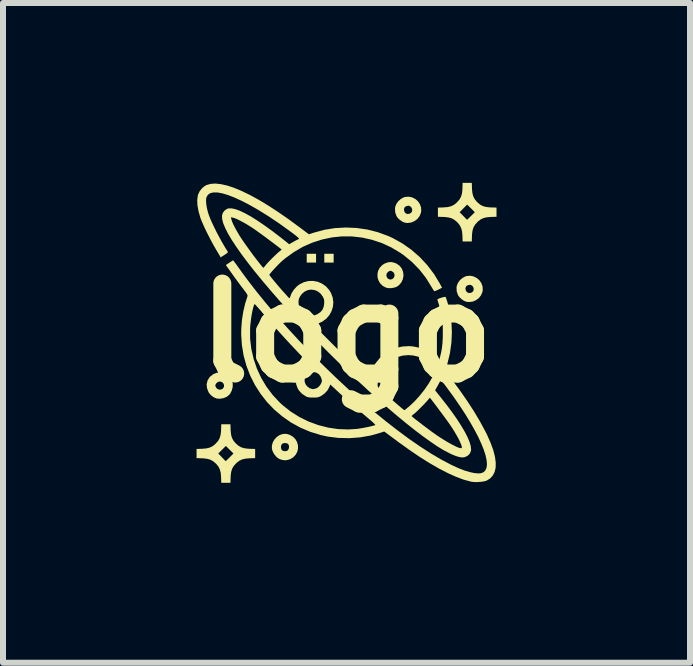
<source format=kicad_pcb>
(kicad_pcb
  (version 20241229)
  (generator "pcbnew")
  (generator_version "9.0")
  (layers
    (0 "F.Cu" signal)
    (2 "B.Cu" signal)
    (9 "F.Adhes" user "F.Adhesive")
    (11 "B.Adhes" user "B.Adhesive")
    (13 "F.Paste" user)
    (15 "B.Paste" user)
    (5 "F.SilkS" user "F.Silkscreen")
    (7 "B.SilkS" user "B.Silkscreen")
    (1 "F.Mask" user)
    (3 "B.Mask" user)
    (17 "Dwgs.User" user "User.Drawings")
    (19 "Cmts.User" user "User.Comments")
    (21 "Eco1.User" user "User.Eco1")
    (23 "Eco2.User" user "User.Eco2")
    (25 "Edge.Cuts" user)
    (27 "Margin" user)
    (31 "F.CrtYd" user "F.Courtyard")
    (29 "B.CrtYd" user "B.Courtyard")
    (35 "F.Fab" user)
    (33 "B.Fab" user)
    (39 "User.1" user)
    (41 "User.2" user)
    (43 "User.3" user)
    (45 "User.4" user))
  (footprint "logo"
    (layer "F.Cu")
    (at 2.729 2.501)
    (property "Reference" "logo" (at 0 0 0) (layer "F.SilkS") (effects (font (size 1.5 1.5) (thickness 0.3))))
    (attr board_only exclude_from_pos_files exclude_from_bom)
    (fp_poly (pts (xy -0.508 -1.246) (xy -0.508 -1.172) (xy -0.586 -1.172) (xy -0.664 -1.172) (xy -0.664 -1.246) (xy -0.664 -1.319) (xy -0.586 -1.319) (xy -0.508 -1.319)) (stroke (width 0) (type solid)) (fill yes) (layer "F.SilkS"))
    (fp_poly (pts (xy -0.215 -1.246) (xy -0.215 -1.172) (xy -0.293 -1.172) (xy -0.371 -1.172) (xy -0.371 -1.246) (xy -0.371 -1.319) (xy -0.293 -1.319) (xy -0.215 -1.319)) (stroke (width 0) (type solid)) (fill yes) (layer "F.SilkS"))
    (fp_poly (pts (xy 1.093 -2.26) (xy 1.145 -2.234) (xy 1.189 -2.197) (xy 1.222 -2.149) (xy 1.242 -2.095) (xy 1.246 -2.036) (xy 1.241 -2.003) (xy 1.218 -1.946) (xy 1.18 -1.898) (xy 1.131 -1.862) (xy 1.074 -1.839) (xy 1.013 -1.832) (xy 0.971 -1.838) (xy 0.932 -1.854) (xy 0.891 -1.882) (xy 0.855 -1.916) (xy 0.833 -1.948) (xy 0.812 -2.009) (xy 0.809 -2.058) (xy 0.957 -2.058) (xy 0.965 -2.02) (xy 0.986 -1.994) (xy 1.015 -1.982) (xy 1.05 -1.987) (xy 1.072 -1.998) (xy 1.091 -2.022) (xy 1.096 -2.051) (xy 1.088 -2.08) (xy 1.07 -2.105) (xy 1.044 -2.119) (xy 1.032 -2.12) (xy 0.994 -2.113) (xy 0.968 -2.093) (xy 0.958 -2.063) (xy 0.957 -2.058) (xy 0.809 -2.058) (xy 0.808 -2.075) (xy 0.813 -2.105) (xy 0.832 -2.152) (xy 0.865 -2.197) (xy 0.909 -2.235) (xy 0.957 -2.261) (xy 0.974 -2.266) (xy 1.035 -2.271)) (stroke (width 0) (type solid)) (fill yes) (layer "F.SilkS"))
    (fp_poly (pts (xy 2.119 -0.941) (xy 2.171 -0.915) (xy 2.215 -0.878) (xy 2.248 -0.83) (xy 2.268 -0.776) (xy 2.272 -0.717) (xy 2.267 -0.684) (xy 2.243 -0.627) (xy 2.206 -0.579) (xy 2.156 -0.543) (xy 2.1 -0.52) (xy 2.039 -0.514) (xy 1.997 -0.519) (xy 1.958 -0.535) (xy 1.917 -0.563) (xy 1.881 -0.598) (xy 1.859 -0.629) (xy 1.838 -0.69) (xy 1.835 -0.739) (xy 1.983 -0.739) (xy 1.991 -0.701) (xy 2.012 -0.676) (xy 2.041 -0.664) (xy 2.076 -0.668) (xy 2.098 -0.68) (xy 2.117 -0.703) (xy 2.121 -0.732) (xy 2.114 -0.761) (xy 2.096 -0.786) (xy 2.07 -0.8) (xy 2.058 -0.801) (xy 2.02 -0.794) (xy 1.994 -0.775) (xy 1.983 -0.744) (xy 1.983 -0.739) (xy 1.835 -0.739) (xy 1.834 -0.756) (xy 1.839 -0.786) (xy 1.858 -0.833) (xy 1.891 -0.879) (xy 1.935 -0.916) (xy 1.983 -0.942) (xy 2 -0.947) (xy 2.061 -0.953)) (stroke (width 0) (type solid)) (fill yes) (layer "F.SilkS"))
    (fp_poly (pts (xy 0.811 -1.165) (xy 0.829 -1.157) (xy 0.883 -1.121) (xy 0.921 -1.073) (xy 0.944 -1.015) (xy 0.95 -0.954) (xy 0.939 -0.894) (xy 0.913 -0.84) (xy 0.874 -0.794) (xy 0.836 -0.768) (xy 0.795 -0.754) (xy 0.746 -0.746) (xy 0.698 -0.746) (xy 0.659 -0.754) (xy 0.604 -0.783) (xy 0.562 -0.824) (xy 0.533 -0.873) (xy 0.517 -0.927) (xy 0.517 -0.958) (xy 0.664 -0.958) (xy 0.672 -0.928) (xy 0.692 -0.903) (xy 0.721 -0.89) (xy 0.733 -0.889) (xy 0.759 -0.896) (xy 0.78 -0.909) (xy 0.798 -0.938) (xy 0.801 -0.971) (xy 0.788 -1.003) (xy 0.775 -1.015) (xy 0.753 -1.029) (xy 0.733 -1.036) (xy 0.733 -1.036) (xy 0.714 -1.03) (xy 0.691 -1.016) (xy 0.69 -1.015) (xy 0.67 -0.989) (xy 0.664 -0.958) (xy 0.517 -0.958) (xy 0.516 -0.983) (xy 0.528 -1.038) (xy 0.555 -1.088) (xy 0.596 -1.131) (xy 0.636 -1.156) (xy 0.696 -1.178) (xy 0.753 -1.181)) (stroke (width 0) (type solid)) (fill yes) (layer "F.SilkS"))
    (fp_poly (pts (xy -2.046 0.67) (xy -1.993 0.695) (xy -1.948 0.735) (xy -1.913 0.788) (xy -1.908 0.798) (xy -1.897 0.849) (xy -1.899 0.906) (xy -1.914 0.962) (xy -1.94 1.013) (xy -1.957 1.034) (xy -1.999 1.067) (xy -2.053 1.089) (xy -2.11 1.099) (xy -2.165 1.095) (xy -2.168 1.094) (xy -2.216 1.074) (xy -2.261 1.04) (xy -2.297 0.997) (xy -2.303 0.985) (xy -2.327 0.921) (xy -2.331 0.879) (xy -2.188 0.879) (xy -2.183 0.898) (xy -2.169 0.921) (xy -2.168 0.922) (xy -2.141 0.942) (xy -2.107 0.948) (xy -2.075 0.938) (xy -2.061 0.928) (xy -2.044 0.9) (xy -2.043 0.869) (xy -2.056 0.84) (xy -2.08 0.819) (xy -2.113 0.811) (xy -2.115 0.811) (xy -2.145 0.819) (xy -2.171 0.84) (xy -2.187 0.867) (xy -2.188 0.879) (xy -2.331 0.879) (xy -2.333 0.858) (xy -2.319 0.799) (xy -2.288 0.745) (xy -2.27 0.726) (xy -2.219 0.687) (xy -2.162 0.665) (xy -2.104 0.66)) (stroke (width 0) (type solid)) (fill yes) (layer "F.SilkS"))
    (fp_poly (pts (xy -1.004 1.684) (xy -0.942 1.703) (xy -0.891 1.734) (xy -0.851 1.775) (xy -0.824 1.824) (xy -0.81 1.877) (xy -0.809 1.931) (xy -0.822 1.985) (xy -0.849 2.034) (xy -0.891 2.077) (xy -0.933 2.103) (xy -0.962 2.114) (xy -0.996 2.122) (xy -1.026 2.125) (xy -1.04 2.124) (xy -1.056 2.121) (xy -1.081 2.116) (xy -1.085 2.116) (xy -1.128 2.1) (xy -1.168 2.069) (xy -1.204 2.027) (xy -1.231 1.978) (xy -1.244 1.936) (xy -1.245 1.908) (xy -1.094 1.908) (xy -1.088 1.94) (xy -1.078 1.956) (xy -1.053 1.97) (xy -1.022 1.974) (xy -0.992 1.967) (xy -0.973 1.952) (xy -0.96 1.92) (xy -0.959 1.885) (xy -0.972 1.856) (xy -0.974 1.854) (xy -0.997 1.841) (xy -1.029 1.837) (xy -1.06 1.843) (xy -1.076 1.853) (xy -1.09 1.877) (xy -1.094 1.908) (xy -1.245 1.908) (xy -1.245 1.881) (xy -1.23 1.827) (xy -1.202 1.778) (xy -1.163 1.736) (xy -1.115 1.704) (xy -1.063 1.686) (xy -1.009 1.684)) (stroke (width 0) (type solid)) (fill yes) (layer "F.SilkS"))
    (fp_poly (pts (xy -1.933 1.619) (xy -1.927 1.687) (xy -1.914 1.742) (xy -1.892 1.788) (xy -1.859 1.831) (xy -1.845 1.845) (xy -1.802 1.883) (xy -1.758 1.908) (xy -1.706 1.924) (xy -1.643 1.932) (xy -1.619 1.933) (xy -1.524 1.936) (xy -1.524 2.012) (xy -1.524 2.089) (xy -1.619 2.092) (xy -1.687 2.098) (xy -1.742 2.111) (xy -1.788 2.133) (xy -1.831 2.166) (xy -1.845 2.18) (xy -1.883 2.223) (xy -1.908 2.267) (xy -1.924 2.319) (xy -1.932 2.382) (xy -1.933 2.406) (xy -1.936 2.501) (xy -2.012 2.501) (xy -2.089 2.501) (xy -2.092 2.406) (xy -2.098 2.335) (xy -2.113 2.278) (xy -2.137 2.229) (xy -2.173 2.186) (xy -2.181 2.178) (xy -2.224 2.141) (xy -2.27 2.116) (xy -2.321 2.101) (xy -2.385 2.093) (xy -2.406 2.092) (xy -2.501 2.089) (xy -2.501 2.012) (xy -2.139 2.012) (xy -2.078 2.075) (xy -2.051 2.103) (xy -2.03 2.125) (xy -2.017 2.137) (xy -2.015 2.139) (xy -2.008 2.133) (xy -1.99 2.116) (xy -1.964 2.091) (xy -1.949 2.076) (xy -1.886 2.012) (xy -1.949 1.949) (xy -2.012 1.886) (xy -2.076 1.949) (xy -2.139 2.012) (xy -2.501 2.012) (xy -2.501 2.012) (xy -2.501 1.936) (xy -2.406 1.933) (xy -2.338 1.927) (xy -2.283 1.914) (xy -2.237 1.892) (xy -2.194 1.859) (xy -2.18 1.845) (xy -2.142 1.802) (xy -2.117 1.758) (xy -2.101 1.706) (xy -2.093 1.643) (xy -2.092 1.619) (xy -2.089 1.524) (xy -2.012 1.524) (xy -1.936 1.524)) (stroke (width 0) (type solid)) (fill yes) (layer "F.SilkS"))
    (fp_poly (pts (xy 2.092 -2.406) (xy 2.098 -2.338) (xy 2.111 -2.283) (xy 2.133 -2.237) (xy 2.166 -2.194) (xy 2.18 -2.18) (xy 2.223 -2.142) (xy 2.267 -2.117) (xy 2.319 -2.101) (xy 2.382 -2.093) (xy 2.406 -2.092) (xy 2.501 -2.089) (xy 2.501 -2.012) (xy 2.501 -1.936) (xy 2.406 -1.933) (xy 2.338 -1.927) (xy 2.283 -1.914) (xy 2.237 -1.892) (xy 2.194 -1.859) (xy 2.18 -1.845) (xy 2.142 -1.802) (xy 2.117 -1.758) (xy 2.101 -1.706) (xy 2.093 -1.643) (xy 2.092 -1.619) (xy 2.089 -1.524) (xy 2.012 -1.524) (xy 1.936 -1.524) (xy 1.933 -1.619) (xy 1.927 -1.69) (xy 1.912 -1.747) (xy 1.888 -1.795) (xy 1.852 -1.839) (xy 1.844 -1.847) (xy 1.8 -1.884) (xy 1.755 -1.909) (xy 1.703 -1.924) (xy 1.639 -1.932) (xy 1.619 -1.933) (xy 1.524 -1.936) (xy 1.524 -2.012) (xy 1.886 -2.012) (xy 1.947 -1.95) (xy 1.974 -1.922) (xy 1.995 -1.9) (xy 2.008 -1.888) (xy 2.01 -1.886) (xy 2.017 -1.892) (xy 2.035 -1.909) (xy 2.061 -1.934) (xy 2.076 -1.949) (xy 2.139 -2.012) (xy 2.076 -2.076) (xy 2.012 -2.139) (xy 1.949 -2.076) (xy 1.886 -2.012) (xy 1.524 -2.012) (xy 1.524 -2.012) (xy 1.524 -2.089) (xy 1.619 -2.092) (xy 1.687 -2.098) (xy 1.742 -2.111) (xy 1.788 -2.133) (xy 1.831 -2.166) (xy 1.845 -2.18) (xy 1.883 -2.223) (xy 1.908 -2.267) (xy 1.924 -2.319) (xy 1.932 -2.382) (xy 1.933 -2.406) (xy 1.936 -2.501) (xy 2.012 -2.501) (xy 2.089 -2.501)) (stroke (width 0) (type solid)) (fill yes) (layer "F.SilkS"))
    (fp_poly (pts (xy -2.095 -2.48) (xy -1.991 -2.457) (xy -1.876 -2.419) (xy -1.751 -2.367) (xy -1.614 -2.301) (xy -1.468 -2.221) (xy -1.312 -2.127) (xy -1.147 -2.02) (xy -0.973 -1.9) (xy -0.791 -1.766) (xy -0.781 -1.759) (xy -0.628 -1.644) (xy -0.542 -1.672) (xy -0.368 -1.719) (xy -0.191 -1.747) (xy -0.011 -1.757) (xy 0.169 -1.749) (xy 0.347 -1.723) (xy 0.521 -1.679) (xy 0.689 -1.618) (xy 0.769 -1.582) (xy 0.932 -1.491) (xy 1.083 -1.385) (xy 1.221 -1.264) (xy 1.347 -1.129) (xy 1.46 -0.98) (xy 1.552 -0.828) (xy 1.593 -0.753) (xy 1.535 -0.723) (xy 1.503 -0.708) (xy 1.479 -0.698) (xy 1.467 -0.694) (xy 1.458 -0.702) (xy 1.443 -0.723) (xy 1.425 -0.753) (xy 1.418 -0.765) (xy 1.324 -0.917) (xy 1.215 -1.056) (xy 1.092 -1.182) (xy 0.954 -1.295) (xy 0.898 -1.334) (xy 0.746 -1.425) (xy 0.588 -1.498) (xy 0.425 -1.552) (xy 0.26 -1.589) (xy 0.092 -1.608) (xy -0.075 -1.609) (xy -0.242 -1.592) (xy -0.407 -1.557) (xy -0.569 -1.505) (xy -0.726 -1.436) (xy -0.877 -1.348) (xy -1.021 -1.244) (xy -1.07 -1.203) (xy -1.1 -1.176) (xy -1.134 -1.142) (xy -1.171 -1.104) (xy -1.207 -1.065) (xy -1.24 -1.029) (xy -1.266 -0.998) (xy -1.283 -0.976) (xy -1.287 -0.968) (xy -1.282 -0.959) (xy -1.265 -0.936) (xy -1.239 -0.903) (xy -1.205 -0.862) (xy -1.164 -0.813) (xy -1.119 -0.76) (xy -1.07 -0.704) (xy -1.023 -0.652) (xy -0.991 -0.616) (xy -0.97 -0.593) (xy -0.956 -0.581) (xy -0.948 -0.579) (xy -0.944 -0.584) (xy -0.942 -0.594) (xy -0.917 -0.66) (xy -0.876 -0.723) (xy -0.825 -0.778) (xy -0.784 -0.809) (xy -0.709 -0.846) (xy -0.631 -0.865) (xy -0.553 -0.866) (xy -0.477 -0.851) (xy -0.406 -0.82) (xy -0.342 -0.774) (xy -0.288 -0.713) (xy -0.259 -0.665) (xy -0.231 -0.589) (xy -0.22 -0.511) (xy -0.227 -0.435) (xy -0.25 -0.362) (xy -0.287 -0.295) (xy -0.338 -0.236) (xy -0.403 -0.188) (xy -0.478 -0.153) (xy -0.495 -0.148) (xy -0.55 -0.131) (xy -0.253 0.167) (xy -0.169 0.251) (xy -0.086 0.332) (xy -0.007 0.41) (xy 0.067 0.483) (xy 0.136 0.55) (xy 0.199 0.609) (xy 0.253 0.661) (xy 0.299 0.703) (xy 0.334 0.735) (xy 0.358 0.755) (xy 0.369 0.762) (xy 0.369 0.762) (xy 0.377 0.753) (xy 0.383 0.733) (xy 0.384 0.73) (xy 0.399 0.673) (xy 0.426 0.608) (xy 0.462 0.541) (xy 0.48 0.512) (xy 0.55 0.426) (xy 0.632 0.353) (xy 0.724 0.295) (xy 0.824 0.253) (xy 0.93 0.228) (xy 1.04 0.221) (xy 1.107 0.226) (xy 1.214 0.248) (xy 1.314 0.287) (xy 1.409 0.345) (xy 1.481 0.403) (xy 1.543 0.46) (xy 1.558 0.408) (xy 1.577 0.331) (xy 1.591 0.253) (xy 1.6 0.17) (xy 1.605 0.078) (xy 1.606 -0.01) (xy 1.605 -0.08) (xy 1.604 -0.136) (xy 1.601 -0.182) (xy 1.596 -0.225) (xy 1.588 -0.268) (xy 1.58 -0.313) (xy 1.568 -0.366) (xy 1.555 -0.418) (xy 1.543 -0.463) (xy 1.534 -0.492) (xy 1.524 -0.524) (xy 1.517 -0.547) (xy 1.514 -0.557) (xy 1.523 -0.564) (xy 1.545 -0.574) (xy 1.574 -0.584) (xy 1.605 -0.593) (xy 1.632 -0.599) (xy 1.649 -0.601) (xy 1.651 -0.6) (xy 1.658 -0.586) (xy 1.668 -0.557) (xy 1.681 -0.517) (xy 1.694 -0.47) (xy 1.707 -0.42) (xy 1.719 -0.371) (xy 1.724 -0.348) (xy 1.749 -0.182) (xy 1.757 -0.01) (xy 1.749 0.164) (xy 1.725 0.336) (xy 1.685 0.502) (xy 1.672 0.542) (xy 1.644 0.629) (xy 1.733 0.747) (xy 1.877 0.941) (xy 2.007 1.127) (xy 2.123 1.305) (xy 2.224 1.475) (xy 2.31 1.634) (xy 2.345 1.703) (xy 2.403 1.835) (xy 2.447 1.955) (xy 2.475 2.064) (xy 2.488 2.161) (xy 2.487 2.247) (xy 2.47 2.32) (xy 2.438 2.381) (xy 2.392 2.43) (xy 2.335 2.465) (xy 2.297 2.476) (xy 2.247 2.484) (xy 2.19 2.488) (xy 2.134 2.488) (xy 2.083 2.483) (xy 2.071 2.48) (xy 1.956 2.449) (xy 1.829 2.402) (xy 1.692 2.34) (xy 1.544 2.264) (xy 1.386 2.173) (xy 1.219 2.068) (xy 1.044 1.949) (xy 0.86 1.817) (xy 0.801 1.773) (xy 0.629 1.645) (xy 0.576 1.663) (xy 0.404 1.712) (xy 0.226 1.743) (xy 0.046 1.756) (xy -0.135 1.752) (xy -0.313 1.73) (xy -0.431 1.704) (xy -0.606 1.65) (xy -0.771 1.58) (xy -0.927 1.494) (xy -1.071 1.393) (xy -1.205 1.28) (xy -1.326 1.154) (xy -1.433 1.017) (xy -1.527 0.87) (xy -1.606 0.714) (xy -1.669 0.55) (xy -1.716 0.38) (xy -1.745 0.204) (xy -1.757 0.023) (xy -1.755 -0.068) (xy -1.755 -0.073) (xy -1.608 -0.073) (xy -1.608 0.097) (xy -1.588 0.267) (xy -1.55 0.433) (xy -1.495 0.595) (xy -1.423 0.751) (xy -1.335 0.898) (xy -1.232 1.035) (xy -1.115 1.161) (xy -1.067 1.205) (xy -0.932 1.312) (xy -0.787 1.403) (xy -0.633 1.479) (xy -0.472 1.538) (xy -0.307 1.58) (xy -0.139 1.605) (xy 0.03 1.611) (xy 0.171 1.602) (xy 0.213 1.596) (xy 0.262 1.588) (xy 0.314 1.578) (xy 0.365 1.568) (xy 0.411 1.557) (xy 0.448 1.548) (xy 0.473 1.54) (xy 0.48 1.536) (xy 0.475 1.528) (xy 0.458 1.51) (xy 0.43 1.483) (xy 0.394 1.452) (xy 0.368 1.43) (xy 0.218 1.303) (xy 0.063 1.167) (xy -0.09 1.029) (xy -0.138 0.985) (xy -0.271 0.861) (xy -0.287 0.903) (xy -0.319 0.961) (xy -0.367 1.012) (xy -0.421 1.051) (xy -0.45 1.065) (xy -0.475 1.074) (xy -0.504 1.078) (xy -0.544 1.079) (xy -0.557 1.079) (xy -0.603 1.078) (xy -0.637 1.074) (xy -0.664 1.066) (xy -0.681 1.057) (xy -0.744 1.015) (xy -0.792 0.963) (xy -0.818 0.92) (xy -0.84 0.856) (xy -0.846 0.787) (xy -0.845 0.774) (xy -0.699 0.774) (xy -0.698 0.818) (xy -0.681 0.861) (xy -0.651 0.897) (xy -0.613 0.924) (xy -0.569 0.937) (xy -0.558 0.938) (xy -0.528 0.933) (xy -0.495 0.921) (xy -0.487 0.917) (xy -0.457 0.892) (xy -0.431 0.857) (xy -0.414 0.82) (xy -0.411 0.796) (xy -0.415 0.775) (xy -0.425 0.747) (xy -0.429 0.735) (xy -0.457 0.694) (xy -0.494 0.667) (xy -0.536 0.655) (xy -0.579 0.655) (xy -0.621 0.669) (xy -0.658 0.695) (xy -0.685 0.734) (xy -0.699 0.774) (xy -0.845 0.774) (xy -0.837 0.72) (xy -0.818 0.669) (xy -0.789 0.623) (xy -0.75 0.581) (xy -0.708 0.546) (xy -0.674 0.528) (xy -0.651 0.518) (xy -0.637 0.512) (xy -0.636 0.512) (xy -0.642 0.504) (xy -0.659 0.484) (xy -0.686 0.455) (xy -0.722 0.416) (xy -0.764 0.372) (xy -0.804 0.33) (xy -0.965 0.159) (xy -1.122 -0.013) (xy -1.271 -0.182) (xy -1.394 -0.325) (xy -1.433 -0.372) (xy -1.469 -0.412) (xy -1.498 -0.445) (xy -1.519 -0.468) (xy -1.53 -0.479) (xy -1.531 -0.48) (xy -1.54 -0.471) (xy -1.549 -0.446) (xy -1.56 -0.407) (xy -1.571 -0.358) (xy -1.582 -0.301) (xy -1.591 -0.24) (xy -1.599 -0.177) (xy -1.606 -0.115) (xy -1.608 -0.073) (xy -1.755 -0.073) (xy -1.744 -0.213) (xy -1.722 -0.355) (xy -1.69 -0.491) (xy -1.653 -0.606) (xy -1.65 -0.618) (xy -1.653 -0.631) (xy -1.662 -0.649) (xy -1.679 -0.675) (xy -1.707 -0.711) (xy -1.719 -0.728) (xy -1.76 -0.781) (xy -1.809 -0.847) (xy -1.863 -0.921) (xy -1.919 -0.999) (xy -1.974 -1.077) (xy -1.991 -1.1) (xy -2.012 -1.131) (xy -1.956 -1.169) (xy -1.927 -1.188) (xy -1.905 -1.203) (xy -1.894 -1.209) (xy -1.894 -1.209) (xy -1.886 -1.203) (xy -1.87 -1.183) (xy -1.848 -1.154) (xy -1.821 -1.117) (xy -1.821 -1.117) (xy -1.723 -0.98) (xy -1.613 -0.833) (xy -1.493 -0.679) (xy -1.365 -0.521) (xy -1.231 -0.361) (xy -1.093 -0.202) (xy -0.997 -0.094) (xy -0.796 0.125) (xy -0.591 0.338) (xy -0.384 0.546) (xy -0.176 0.747) (xy 0.032 0.941) (xy 0.24 1.127) (xy 0.445 1.303) (xy 0.648 1.468) (xy 0.847 1.623) (xy 1.04 1.766) (xy 1.228 1.896) (xy 1.408 2.012) (xy 1.58 2.113) (xy 1.743 2.199) (xy 1.75 2.203) (xy 1.861 2.254) (xy 1.963 2.294) (xy 2.055 2.322) (xy 2.135 2.339) (xy 2.203 2.344) (xy 2.241 2.341) (xy 2.285 2.324) (xy 2.316 2.293) (xy 2.335 2.249) (xy 2.342 2.193) (xy 2.336 2.124) (xy 2.319 2.044) (xy 2.29 1.953) (xy 2.25 1.853) (xy 2.2 1.743) (xy 2.138 1.624) (xy 2.066 1.497) (xy 1.984 1.362) (xy 1.892 1.221) (xy 1.79 1.073) (xy 1.686 0.931) (xy 1.644 0.874) (xy 1.611 0.833) (xy 1.588 0.806) (xy 1.573 0.793) (xy 1.565 0.792) (xy 1.563 0.799) (xy 1.559 0.81) (xy 1.546 0.834) (xy 1.529 0.866) (xy 1.52 0.882) (xy 1.477 0.958) (xy 1.557 1.058) (xy 1.664 1.194) (xy 1.76 1.322) (xy 1.844 1.442) (xy 1.915 1.553) (xy 1.974 1.653) (xy 2.02 1.744) (xy 2.053 1.823) (xy 2.072 1.891) (xy 2.078 1.946) (xy 2.076 1.964) (xy 2.059 2.008) (xy 2.027 2.045) (xy 1.982 2.069) (xy 1.974 2.072) (xy 1.934 2.078) (xy 1.885 2.072) (xy 1.826 2.055) (xy 1.755 2.026) (xy 1.711 2.005) (xy 1.618 1.956) (xy 1.513 1.892) (xy 1.399 1.814) (xy 1.274 1.725) (xy 1.141 1.624) (xy 1 1.512) (xy 0.852 1.39) (xy 0.849 1.388) (xy 1.085 1.388) (xy 1.092 1.395) (xy 1.113 1.412) (xy 1.144 1.438) (xy 1.184 1.469) (xy 1.23 1.504) (xy 1.279 1.542) (xy 1.33 1.58) (xy 1.379 1.617) (xy 1.425 1.651) (xy 1.443 1.664) (xy 1.514 1.714) (xy 1.586 1.761) (xy 1.657 1.805) (xy 1.724 1.844) (xy 1.785 1.876) (xy 1.837 1.902) (xy 1.879 1.918) (xy 1.908 1.924) (xy 1.909 1.924) (xy 1.921 1.921) (xy 1.923 1.909) (xy 1.921 1.893) (xy 1.911 1.861) (xy 1.892 1.817) (xy 1.866 1.763) (xy 1.833 1.704) (xy 1.797 1.642) (xy 1.758 1.581) (xy 1.752 1.571) (xy 1.724 1.53) (xy 1.687 1.477) (xy 1.642 1.416) (xy 1.594 1.35) (xy 1.543 1.282) (xy 1.493 1.215) (xy 1.447 1.154) (xy 1.408 1.104) (xy 1.389 1.081) (xy 1.362 1.114) (xy 1.334 1.146) (xy 1.298 1.185) (xy 1.256 1.228) (xy 1.214 1.27) (xy 1.175 1.308) (xy 1.143 1.337) (xy 1.129 1.348) (xy 1.105 1.368) (xy 1.089 1.382) (xy 1.085 1.388) (xy 0.849 1.388) (xy 0.699 1.26) (xy 0.541 1.121) (xy 0.378 0.976) (xy 0.259 0.865) (xy 0.518 0.865) (xy 0.518 0.88) (xy 0.521 0.892) (xy 0.527 0.905) (xy 0.54 0.921) (xy 0.56 0.942) (xy 0.59 0.969) (xy 0.632 1.006) (xy 0.662 1.033) (xy 0.735 1.097) (xy 0.801 1.153) (xy 0.856 1.201) (xy 0.902 1.24) (xy 0.936 1.268) (xy 0.957 1.285) (xy 0.965 1.29) (xy 0.974 1.284) (xy 0.994 1.268) (xy 1.023 1.244) (xy 1.048 1.224) (xy 1.134 1.143) (xy 1.219 1.049) (xy 1.301 0.946) (xy 1.374 0.839) (xy 1.434 0.734) (xy 1.442 0.718) (xy 1.479 0.643) (xy 1.46 0.608) (xy 1.434 0.57) (xy 1.396 0.529) (xy 1.351 0.487) (xy 1.305 0.452) (xy 1.274 0.433) (xy 1.194 0.397) (xy 1.116 0.378) (xy 1.033 0.371) (xy 1.031 0.371) (xy 0.932 0.38) (xy 0.84 0.407) (xy 0.756 0.452) (xy 0.679 0.515) (xy 0.675 0.519) (xy 0.624 0.579) (xy 0.581 0.649) (xy 0.547 0.723) (xy 0.525 0.798) (xy 0.518 0.865) (xy 0.259 0.865) (xy 0.213 0.824) (xy 0.046 0.666) (xy -0.122 0.504) (xy -0.29 0.339) (xy -0.457 0.17) (xy -0.623 0.000123) (xy -0.785 -0.171) (xy -0.944 -0.343) (xy -1.098 -0.514) (xy -1.103 -0.519) (xy -0.801 -0.519) (xy -0.799 -0.488) (xy -0.795 -0.447) (xy -0.787 -0.416) (xy -0.773 -0.389) (xy -0.766 -0.379) (xy -0.728 -0.339) (xy -0.678 -0.307) (xy -0.623 -0.287) (xy -0.586 -0.283) (xy -0.535 -0.291) (xy -0.487 -0.311) (xy -0.435 -0.346) (xy -0.399 -0.389) (xy -0.379 -0.443) (xy -0.373 -0.488) (xy -0.372 -0.527) (xy -0.375 -0.556) (xy -0.385 -0.582) (xy -0.396 -0.605) (xy -0.434 -0.656) (xy -0.481 -0.693) (xy -0.534 -0.714) (xy -0.59 -0.721) (xy -0.646 -0.713) (xy -0.698 -0.689) (xy -0.744 -0.651) (xy -0.775 -0.607) (xy -0.791 -0.576) (xy -0.798 -0.549) (xy -0.801 -0.519) (xy -1.103 -0.519) (xy -1.246 -0.683) (xy -1.266 -0.706) (xy -1.407 -0.873) (xy -1.536 -1.03) (xy -1.651 -1.177) (xy -1.753 -1.313) (xy -1.841 -1.439) (xy -1.916 -1.553) (xy -1.977 -1.656) (xy -2.023 -1.748) (xy -2.056 -1.827) (xy -2.074 -1.895) (xy -2.076 -1.928) (xy -1.928 -1.928) (xy -1.921 -1.894) (xy -1.91 -1.86) (xy -1.89 -1.812) (xy -1.861 -1.755) (xy -1.826 -1.692) (xy -1.787 -1.625) (xy -1.744 -1.559) (xy -1.744 -1.559) (xy -1.713 -1.514) (xy -1.677 -1.462) (xy -1.637 -1.407) (xy -1.596 -1.35) (xy -1.554 -1.293) (xy -1.513 -1.239) (xy -1.475 -1.19) (xy -1.442 -1.148) (xy -1.415 -1.115) (xy -1.397 -1.093) (xy -1.387 -1.085) (xy -1.387 -1.085) (xy -1.379 -1.092) (xy -1.363 -1.11) (xy -1.348 -1.129) (xy -1.325 -1.156) (xy -1.292 -1.192) (xy -1.252 -1.233) (xy -1.209 -1.275) (xy -1.167 -1.315) (xy -1.131 -1.348) (xy -1.114 -1.362) (xy -1.081 -1.389) (xy -1.104 -1.408) (xy -1.158 -1.449) (xy -1.219 -1.496) (xy -1.286 -1.546) (xy -1.354 -1.597) (xy -1.42 -1.645) (xy -1.481 -1.689) (xy -1.533 -1.726) (xy -1.571 -1.752) (xy -1.633 -1.791) (xy -1.696 -1.829) (xy -1.757 -1.862) (xy -1.812 -1.89) (xy -1.858 -1.91) (xy -1.892 -1.921) (xy -1.894 -1.921) (xy -1.928 -1.928) (xy -2.076 -1.928) (xy -2.077 -1.95) (xy -2.076 -1.959) (xy -2.061 -2.005) (xy -2.03 -2.043) (xy -1.99 -2.069) (xy -1.965 -2.076) (xy -1.914 -2.076) (xy -1.851 -2.062) (xy -1.775 -2.034) (xy -1.688 -1.992) (xy -1.589 -1.937) (xy -1.48 -1.868) (xy -1.36 -1.786) (xy -1.23 -1.692) (xy -1.09 -1.585) (xy -1.022 -1.531) (xy -0.956 -1.478) (xy -0.881 -1.521) (xy -0.847 -1.54) (xy -0.819 -1.554) (xy -0.802 -1.562) (xy -0.799 -1.563) (xy -0.791 -1.566) (xy -0.795 -1.576) (xy -0.812 -1.593) (xy -0.842 -1.619) (xy -0.887 -1.654) (xy -0.931 -1.686) (xy -1.119 -1.822) (xy -1.299 -1.943) (xy -1.471 -2.05) (xy -1.633 -2.142) (xy -1.75 -2.202) (xy -1.87 -2.257) (xy -1.976 -2.298) (xy -2.07 -2.326) (xy -2.15 -2.341) (xy -2.216 -2.342) (xy -2.269 -2.331) (xy -2.308 -2.306) (xy -2.333 -2.268) (xy -2.341 -2.241) (xy -2.343 -2.2) (xy -2.339 -2.146) (xy -2.329 -2.084) (xy -2.313 -2.019) (xy -2.299 -1.973) (xy -2.278 -1.917) (xy -2.248 -1.847) (xy -2.211 -1.769) (xy -2.169 -1.684) (xy -2.123 -1.597) (xy -2.076 -1.512) (xy -2.029 -1.431) (xy -1.986 -1.362) (xy -1.981 -1.353) (xy -1.979 -1.346) (xy -1.983 -1.338) (xy -1.996 -1.327) (xy -2.02 -1.31) (xy -2.057 -1.286) (xy -2.073 -1.276) (xy -2.098 -1.259) (xy -2.173 -1.384) (xy -2.21 -1.448) (xy -2.25 -1.521) (xy -2.29 -1.598) (xy -2.33 -1.676) (xy -2.366 -1.751) (xy -2.397 -1.82) (xy -2.422 -1.879) (xy -2.437 -1.918) (xy -2.468 -2.027) (xy -2.486 -2.126) (xy -2.49 -2.214) (xy -2.48 -2.29) (xy -2.476 -2.305) (xy -2.452 -2.357) (xy -2.415 -2.406) (xy -2.369 -2.446) (xy -2.337 -2.464) (xy -2.269 -2.484) (xy -2.188 -2.49)) (stroke (width 0) (type solid)) (fill yes) (layer "F.SilkS")))
  (gr_rect
    (start -3 -3)
    (end 8.457 8.002)
    (stroke (width 0.1) (type default))
    (fill no)
    (layer "Edge.Cuts")))
</source>
